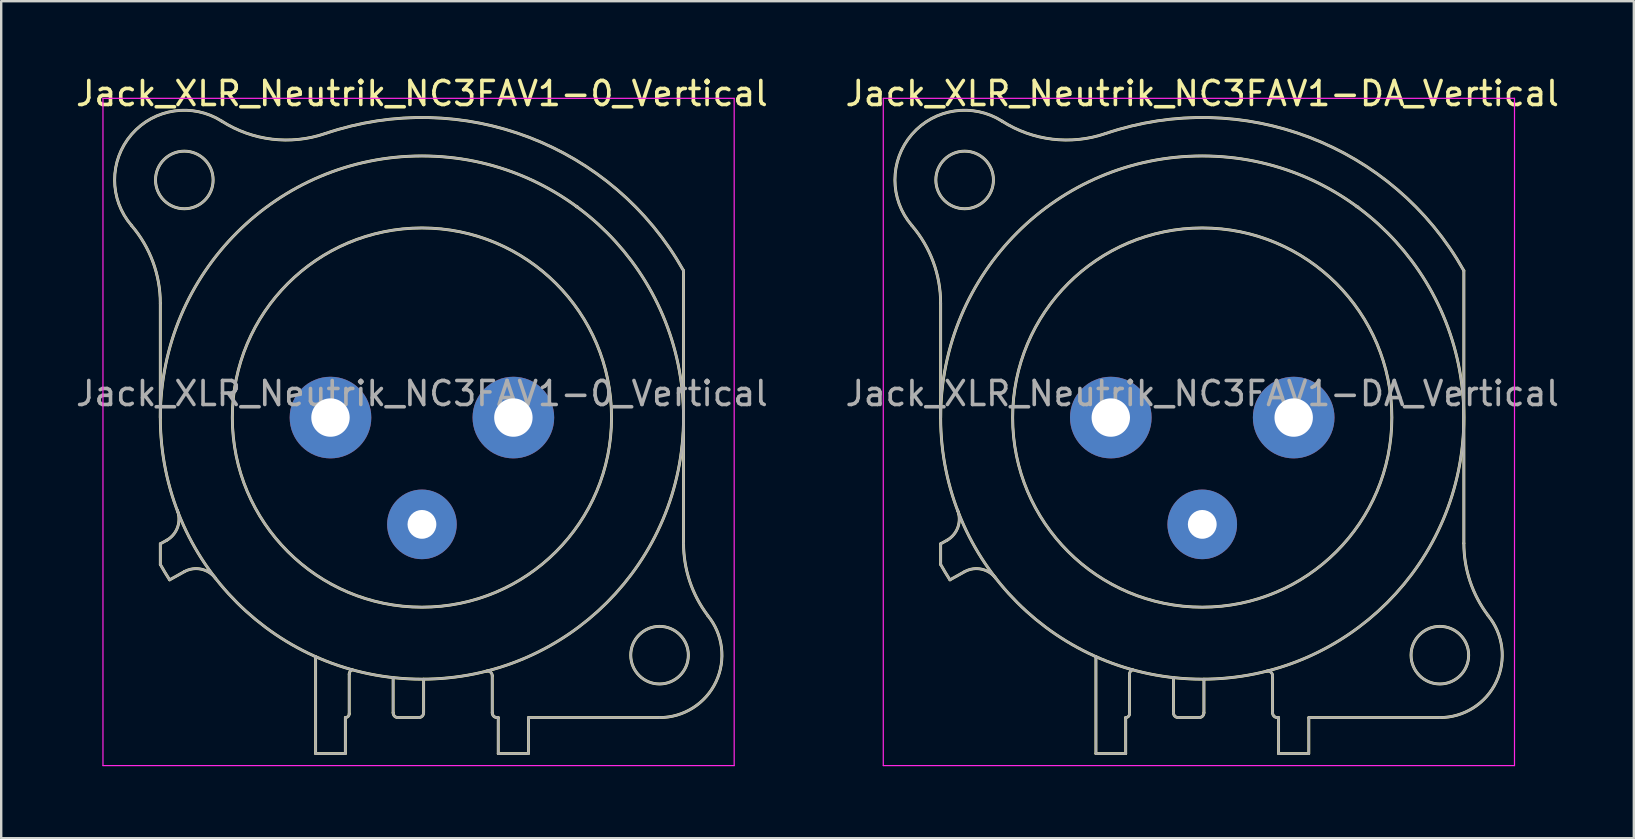
<source format=kicad_pcb>
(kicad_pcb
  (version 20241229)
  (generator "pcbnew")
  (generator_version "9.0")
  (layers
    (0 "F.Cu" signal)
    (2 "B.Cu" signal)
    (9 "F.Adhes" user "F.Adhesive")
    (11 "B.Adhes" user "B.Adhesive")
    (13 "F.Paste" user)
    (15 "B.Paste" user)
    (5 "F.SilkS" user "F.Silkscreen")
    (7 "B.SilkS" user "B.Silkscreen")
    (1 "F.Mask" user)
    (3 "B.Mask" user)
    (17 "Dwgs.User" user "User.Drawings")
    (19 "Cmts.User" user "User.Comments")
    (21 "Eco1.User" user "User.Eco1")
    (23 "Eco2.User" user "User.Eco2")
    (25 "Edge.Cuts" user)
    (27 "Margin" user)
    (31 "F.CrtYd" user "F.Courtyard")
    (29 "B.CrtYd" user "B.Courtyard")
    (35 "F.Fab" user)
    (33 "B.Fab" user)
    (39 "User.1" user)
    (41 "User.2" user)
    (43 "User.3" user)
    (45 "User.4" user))
  (footprint "Jack_XLR_Neutrik_NC3FAV1-DA_Vertical"
    (layer "F.Cu")
    (at 50.852 14.348)
    (property "Reference" "Jack_XLR_Neutrik_NC3FAV1-DA_Vertical" (at -3.81 -13.5 0) (layer "F.SilkS") (effects (font (size 1 1) (thickness 0.15))))
    (attr through_hole)
    (fp_line (start -14.71 0) (end -14.71 -4.76) (stroke (width 0.12) (type solid)) (layer "F.SilkS"))
    (fp_line (start -14.71 5.26) (end -14.71 6.12) (stroke (width 0.12) (type solid)) (layer "F.SilkS"))
    (fp_line (start -14.44 5.11) (end -14.71 5.26) (stroke (width 0.12) (type solid)) (layer "F.SilkS"))
    (fp_line (start -14.32 6.76) (end -13.71 6.42) (stroke (width 0.12) (type solid)) (layer "F.SilkS"))
    (fp_line (start -8.24 9.96) (end -8.24 14) (stroke (width 0.12) (type solid)) (layer "F.SilkS"))
    (fp_line (start -7 12.5) (end -7 14) (stroke (width 0.12) (type solid)) (layer "F.SilkS"))
    (fp_line (start -7 14) (end -8.24 14) (stroke (width 0.12) (type solid)) (layer "F.SilkS"))
    (fp_line (start -6.84 12.34) (end -6.84 10.69) (stroke (width 0.12) (type solid)) (layer "F.SilkS"))
    (fp_line (start -5.01 10.83) (end -5.01 12.3) (stroke (width 0.12) (type solid)) (layer "F.SilkS"))
    (fp_line (start -3.94 12.5) (end -4.81 12.5) (stroke (width 0.12) (type solid)) (layer "F.SilkS"))
    (fp_line (start -3.74 10.9) (end -3.74 12.3) (stroke (width 0.12) (type solid)) (layer "F.SilkS"))
    (fp_line (start -0.88 12.3) (end -0.88 10.76) (stroke (width 0.12) (type solid)) (layer "F.SilkS"))
    (fp_line (start -0.63 12.5) (end -0.68 12.5) (stroke (width 0.12) (type solid)) (layer "F.SilkS"))
    (fp_line (start -0.63 12.5) (end -0.63 14) (stroke (width 0.12) (type solid)) (layer "F.SilkS"))
    (fp_line (start 0.62 14) (end -0.63 14) (stroke (width 0.12) (type solid)) (layer "F.SilkS"))
    (fp_line (start 0.63 12.5) (end 6.09 12.5) (stroke (width 0.12) (type solid)) (layer "F.SilkS"))
    (fp_line (start 0.63 14) (end 0.63 12.5) (stroke (width 0.12) (type solid)) (layer "F.SilkS"))
    (fp_line (start 7.09 5.24) (end 7.09 -6.12) (stroke (width 0.12) (type solid)) (layer "F.SilkS"))
    (fp_arc (start -15.908829 -8.000856) (mid -15.019313 -6.48774) (end -14.71 -4.76) (stroke (width 0.12) (type solid)) (layer "F.SilkS"))
    (fp_arc (start -15.908236 -8.001617) (mid -15.907486 -11.799251) (end -12.15 -12.35) (stroke (width 0.12) (type solid)) (layer "F.SilkS"))
    (fp_arc (start -14.32314 6.763008) (mid -14.521396 6.444407) (end -14.71 6.12) (stroke (width 0.12) (type solid)) (layer "F.SilkS"))
    (fp_arc (start -14.004283 3.855674) (mid -13.989213 4.56375) (end -14.44 5.11) (stroke (width 0.12) (type solid)) (layer "F.SilkS"))
    (fp_arc (start -13.71 6.42) (mid -13.01025 6.315915) (end -12.412202 6.693832) (stroke (width 0.12) (type solid)) (layer "F.SilkS"))
    (fp_arc (start -7.848035 -11.831177) (mid -10.058192 -11.599923) (end -12.15 -12.35) (stroke (width 0.12) (type solid)) (layer "F.SilkS"))
    (fp_arc (start -7.841153 -11.83276) (mid 0.657009 -11.675197) (end 7.09 -6.12) (stroke (width 0.12) (type solid)) (layer "F.SilkS"))
    (fp_arc (start -6.84 10.69) (mid -6.803713 10.578321) (end -6.708713 10.509299) (stroke (width 0.12) (type solid)) (layer "F.SilkS"))
    (fp_arc (start -6.84 12.34) (mid -6.886863 12.453137) (end -7 12.5) (stroke (width 0.12) (type solid)) (layer "F.SilkS"))
    (fp_arc (start -4.81 12.5) (mid -4.951421 12.441421) (end -5.01 12.3) (stroke (width 0.12) (type solid)) (layer "F.SilkS"))
    (fp_arc (start -3.74 12.3) (mid -3.798579 12.441421) (end -3.94 12.5) (stroke (width 0.12) (type solid)) (layer "F.SilkS"))
    (fp_arc (start -1.1294 10.566197) (mid -0.957281 10.602076) (end -0.88 10.76) (stroke (width 0.12) (type solid)) (layer "F.SilkS"))
    (fp_arc (start -0.68 12.5) (mid -0.821421 12.441421) (end -0.88 12.3) (stroke (width 0.12) (type solid)) (layer "F.SilkS"))
    (fp_arc (start 2.636924 -8.782671) (mid 2.628394 -8.791269) (end 2.62 -8.8) (stroke (width 0.12) (type solid)) (layer "F.SilkS"))
    (fp_arc (start 2.680052 -8.767734) (mid 2.65973 -8.7835) (end 2.64 -8.8) (stroke (width 0.12) (type solid)) (layer "F.SilkS"))
    (fp_arc (start 8.095865 8.245761) (mid 8.441704 11.008824) (end 6.09 12.5) (stroke (width 0.12) (type solid)) (layer "F.SilkS"))
    (fp_arc (start 8.098032 8.243976) (mid 7.348729 6.824298) (end 7.09 5.24) (stroke (width 0.12) (type solid)) (layer "F.SilkS"))
    (fp_circle (center -13.71 -9.9) (end -12.51 -9.9) (stroke (width 0.12) (type solid)) (fill no) (layer "F.SilkS"))
    (fp_circle (center -3.81 0) (end 4.09 0) (stroke (width 0.12) (type solid)) (fill no) (layer "F.SilkS"))
    (fp_circle (center -3.81 0) (end 7.09 0) (stroke (width 0.12) (type solid)) (fill no) (layer "F.SilkS"))
    (fp_circle (center 6.09 9.9) (end 7.29 9.9) (stroke (width 0.12) (type solid)) (fill no) (layer "F.SilkS"))
    (fp_line (start -17.1 -13.3) (end 9.2 -13.3) (stroke (width 0.05) (type solid)) (layer "F.CrtYd"))
    (fp_line (start -17.1 14.5) (end -17.1 -13.3) (stroke (width 0.05) (type solid)) (layer "F.CrtYd"))
    (fp_line (start 9.2 -13.3) (end 9.2 14.5) (stroke (width 0.05) (type solid)) (layer "F.CrtYd"))
    (fp_line (start 9.2 14.5) (end -17.1 14.5) (stroke (width 0.05) (type solid)) (layer "F.CrtYd"))
    (fp_line (start -14.71 0) (end -14.71 -4.76) (stroke (width 0.1) (type solid)) (layer "F.Fab"))
    (fp_line (start -14.71 5.26) (end -14.71 6.12) (stroke (width 0.1) (type solid)) (layer "F.Fab"))
    (fp_line (start -14.44 5.11) (end -14.71 5.26) (stroke (width 0.1) (type solid)) (layer "F.Fab"))
    (fp_line (start -14.32 6.76) (end -13.71 6.42) (stroke (width 0.1) (type solid)) (layer "F.Fab"))
    (fp_line (start -8.24 9.96) (end -8.24 14) (stroke (width 0.1) (type solid)) (layer "F.Fab"))
    (fp_line (start -7 12.5) (end -7 14) (stroke (width 0.1) (type solid)) (layer "F.Fab"))
    (fp_line (start -7 14) (end -8.24 14) (stroke (width 0.1) (type solid)) (layer "F.Fab"))
    (fp_line (start -6.84 12.34) (end -6.84 10.69) (stroke (width 0.1) (type solid)) (layer "F.Fab"))
    (fp_line (start -5.01 10.83) (end -5.01 12.3) (stroke (width 0.1) (type solid)) (layer "F.Fab"))
    (fp_line (start -3.94 12.5) (end -4.81 12.5) (stroke (width 0.1) (type solid)) (layer "F.Fab"))
    (fp_line (start -3.74 10.9) (end -3.74 12.3) (stroke (width 0.1) (type solid)) (layer "F.Fab"))
    (fp_line (start -0.88 12.3) (end -0.88 10.76) (stroke (width 0.1) (type solid)) (layer "F.Fab"))
    (fp_line (start -0.63 12.5) (end -0.68 12.5) (stroke (width 0.1) (type solid)) (layer "F.Fab"))
    (fp_line (start -0.63 12.5) (end -0.63 14) (stroke (width 0.1) (type solid)) (layer "F.Fab"))
    (fp_line (start 0.62 14) (end -0.63 14) (stroke (width 0.1) (type solid)) (layer "F.Fab"))
    (fp_line (start 0.63 12.5) (end 6.09 12.5) (stroke (width 0.1) (type solid)) (layer "F.Fab"))
    (fp_line (start 0.63 14) (end 0.63 12.5) (stroke (width 0.1) (type solid)) (layer "F.Fab"))
    (fp_line (start 7.09 5.24) (end 7.09 -6.12) (stroke (width 0.1) (type solid)) (layer "F.Fab"))
    (fp_arc (start -15.908829 -8.000856) (mid -15.019313 -6.48774) (end -14.71 -4.76) (stroke (width 0.1) (type solid)) (layer "F.Fab"))
    (fp_arc (start -15.908236 -8.001617) (mid -15.907486 -11.799251) (end -12.15 -12.35) (stroke (width 0.1) (type solid)) (layer "F.Fab"))
    (fp_arc (start -14.32314 6.763008) (mid -14.521396 6.444407) (end -14.71 6.12) (stroke (width 0.1) (type solid)) (layer "F.Fab"))
    (fp_arc (start -14.004283 3.855674) (mid -13.989213 4.56375) (end -14.44 5.11) (stroke (width 0.1) (type solid)) (layer "F.Fab"))
    (fp_arc (start -13.71 6.42) (mid -13.01025 6.315915) (end -12.412202 6.693832) (stroke (width 0.1) (type solid)) (layer "F.Fab"))
    (fp_arc (start -7.848035 -11.831177) (mid -10.058192 -11.599923) (end -12.15 -12.35) (stroke (width 0.1) (type solid)) (layer "F.Fab"))
    (fp_arc (start -7.841153 -11.83276) (mid 0.657009 -11.675197) (end 7.09 -6.12) (stroke (width 0.1) (type solid)) (layer "F.Fab"))
    (fp_arc (start -6.84 10.69) (mid -6.803713 10.578321) (end -6.708713 10.509299) (stroke (width 0.1) (type solid)) (layer "F.Fab"))
    (fp_arc (start -6.84 12.34) (mid -6.886863 12.453137) (end -7 12.5) (stroke (width 0.1) (type solid)) (layer "F.Fab"))
    (fp_arc (start -4.81 12.5) (mid -4.951421 12.441421) (end -5.01 12.3) (stroke (width 0.1) (type solid)) (layer "F.Fab"))
    (fp_arc (start -3.74 12.3) (mid -3.798579 12.441421) (end -3.94 12.5) (stroke (width 0.1) (type solid)) (layer "F.Fab"))
    (fp_arc (start -1.1294 10.566197) (mid -0.957281 10.602076) (end -0.88 10.76) (stroke (width 0.1) (type solid)) (layer "F.Fab"))
    (fp_arc (start -0.68 12.5) (mid -0.821421 12.441421) (end -0.88 12.3) (stroke (width 0.1) (type solid)) (layer "F.Fab"))
    (fp_arc (start 2.636924 -8.782671) (mid 2.628394 -8.791269) (end 2.62 -8.8) (stroke (width 0.1) (type solid)) (layer "F.Fab"))
    (fp_arc (start 2.680052 -8.767734) (mid 2.65973 -8.7835) (end 2.64 -8.8) (stroke (width 0.1) (type solid)) (layer "F.Fab"))
    (fp_arc (start 8.095865 8.245761) (mid 8.441704 11.008824) (end 6.09 12.5) (stroke (width 0.1) (type solid)) (layer "F.Fab"))
    (fp_arc (start 8.098032 8.243976) (mid 7.348729 6.824298) (end 7.09 5.24) (stroke (width 0.1) (type solid)) (layer "F.Fab"))
    (fp_circle (center -13.71 -9.9) (end -12.51 -9.9) (stroke (width 0.1) (type solid)) (fill no) (layer "F.Fab"))
    (fp_circle (center -3.81 0) (end 4.09 0) (stroke (width 0.1) (type solid)) (fill no) (layer "F.Fab"))
    (fp_circle (center -3.81 0) (end 7.09 0) (stroke (width 0.1) (type solid)) (fill no) (layer "F.Fab"))
    (fp_circle (center 6.09 9.9) (end 7.29 9.9) (stroke (width 0.1) (type solid)) (fill no) (layer "F.Fab"))
    (fp_text user "${REFERENCE}" (at -3.81 -1 0) (layer "F.Fab") (effects (font (size 1 1) (thickness 0.15))))
    (pad "1" thru_hole circle (at 0 0) (size 3.4 3.4) (drill 1.6) (layers "*.Cu" "*.Mask"))
    (pad "2" thru_hole circle (at -7.62 0) (size 3.4 3.4) (drill 1.6) (layers "*.Cu" "*.Mask"))
    (pad "3" thru_hole circle (at -3.81 4.45) (size 2.9 2.9) (drill 1.2) (layers "*.Cu" "*.Mask")))
  (footprint "Jack_XLR_Neutrik_NC3FAV1-0_Vertical"
    (layer "F.Cu")
    (at 18.34 14.348)
    (property "Reference" "Jack_XLR_Neutrik_NC3FAV1-0_Vertical" (at -3.81 -13.5 0) (layer "F.SilkS") (effects (font (size 1 1) (thickness 0.15))))
    (attr through_hole)
    (fp_line (start -14.71 0) (end -14.71 -4.76) (stroke (width 0.12) (type solid)) (layer "F.SilkS"))
    (fp_line (start -14.71 5.26) (end -14.71 6.12) (stroke (width 0.12) (type solid)) (layer "F.SilkS"))
    (fp_line (start -14.44 5.11) (end -14.71 5.26) (stroke (width 0.12) (type solid)) (layer "F.SilkS"))
    (fp_line (start -14.32 6.76) (end -13.71 6.42) (stroke (width 0.12) (type solid)) (layer "F.SilkS"))
    (fp_line (start -8.24 9.96) (end -8.24 14) (stroke (width 0.12) (type solid)) (layer "F.SilkS"))
    (fp_line (start -7 12.5) (end -7 14) (stroke (width 0.12) (type solid)) (layer "F.SilkS"))
    (fp_line (start -7 14) (end -8.24 14) (stroke (width 0.12) (type solid)) (layer "F.SilkS"))
    (fp_line (start -6.84 12.34) (end -6.84 10.69) (stroke (width 0.12) (type solid)) (layer "F.SilkS"))
    (fp_line (start -5.01 10.83) (end -5.01 12.3) (stroke (width 0.12) (type solid)) (layer "F.SilkS"))
    (fp_line (start -3.94 12.5) (end -4.81 12.5) (stroke (width 0.12) (type solid)) (layer "F.SilkS"))
    (fp_line (start -3.74 10.9) (end -3.74 12.3) (stroke (width 0.12) (type solid)) (layer "F.SilkS"))
    (fp_line (start -0.88 12.3) (end -0.88 10.76) (stroke (width 0.12) (type solid)) (layer "F.SilkS"))
    (fp_line (start -0.63 12.5) (end -0.68 12.5) (stroke (width 0.12) (type solid)) (layer "F.SilkS"))
    (fp_line (start -0.63 12.5) (end -0.63 14) (stroke (width 0.12) (type solid)) (layer "F.SilkS"))
    (fp_line (start 0.62 14) (end -0.63 14) (stroke (width 0.12) (type solid)) (layer "F.SilkS"))
    (fp_line (start 0.63 12.5) (end 6.09 12.5) (stroke (width 0.12) (type solid)) (layer "F.SilkS"))
    (fp_line (start 0.63 14) (end 0.63 12.5) (stroke (width 0.12) (type solid)) (layer "F.SilkS"))
    (fp_line (start 7.09 5.24) (end 7.09 -6.12) (stroke (width 0.12) (type solid)) (layer "F.SilkS"))
    (fp_arc (start -15.908829 -8.000856) (mid -15.019313 -6.48774) (end -14.71 -4.76) (stroke (width 0.12) (type solid)) (layer "F.SilkS"))
    (fp_arc (start -15.908236 -8.001617) (mid -15.907486 -11.799251) (end -12.15 -12.35) (stroke (width 0.12) (type solid)) (layer "F.SilkS"))
    (fp_arc (start -14.32314 6.763008) (mid -14.521396 6.444407) (end -14.71 6.12) (stroke (width 0.12) (type solid)) (layer "F.SilkS"))
    (fp_arc (start -14.004283 3.855674) (mid -13.989213 4.56375) (end -14.44 5.11) (stroke (width 0.12) (type solid)) (layer "F.SilkS"))
    (fp_arc (start -13.71 6.42) (mid -13.01025 6.315915) (end -12.412202 6.693832) (stroke (width 0.12) (type solid)) (layer "F.SilkS"))
    (fp_arc (start -7.848035 -11.831177) (mid -10.058192 -11.599923) (end -12.15 -12.35) (stroke (width 0.12) (type solid)) (layer "F.SilkS"))
    (fp_arc (start -7.841153 -11.83276) (mid 0.657009 -11.675197) (end 7.09 -6.12) (stroke (width 0.12) (type solid)) (layer "F.SilkS"))
    (fp_arc (start -6.84 10.69) (mid -6.803713 10.578321) (end -6.708713 10.509299) (stroke (width 0.12) (type solid)) (layer "F.SilkS"))
    (fp_arc (start -6.84 12.34) (mid -6.886863 12.453137) (end -7 12.5) (stroke (width 0.12) (type solid)) (layer "F.SilkS"))
    (fp_arc (start -4.81 12.5) (mid -4.951421 12.441421) (end -5.01 12.3) (stroke (width 0.12) (type solid)) (layer "F.SilkS"))
    (fp_arc (start -3.74 12.3) (mid -3.798579 12.441421) (end -3.94 12.5) (stroke (width 0.12) (type solid)) (layer "F.SilkS"))
    (fp_arc (start -1.1294 10.566197) (mid -0.957281 10.602076) (end -0.88 10.76) (stroke (width 0.12) (type solid)) (layer "F.SilkS"))
    (fp_arc (start -0.68 12.5) (mid -0.821421 12.441421) (end -0.88 12.3) (stroke (width 0.12) (type solid)) (layer "F.SilkS"))
    (fp_arc (start 2.636924 -8.782671) (mid 2.628394 -8.791269) (end 2.62 -8.8) (stroke (width 0.12) (type solid)) (layer "F.SilkS"))
    (fp_arc (start 2.680052 -8.767734) (mid 2.65973 -8.7835) (end 2.64 -8.8) (stroke (width 0.12) (type solid)) (layer "F.SilkS"))
    (fp_arc (start 8.095865 8.245761) (mid 8.441704 11.008824) (end 6.09 12.5) (stroke (width 0.12) (type solid)) (layer "F.SilkS"))
    (fp_arc (start 8.098032 8.243976) (mid 7.348729 6.824298) (end 7.09 5.24) (stroke (width 0.12) (type solid)) (layer "F.SilkS"))
    (fp_circle (center -13.71 -9.9) (end -12.51 -9.9) (stroke (width 0.12) (type solid)) (fill no) (layer "F.SilkS"))
    (fp_circle (center -3.81 0) (end 4.09 0) (stroke (width 0.12) (type solid)) (fill no) (layer "F.SilkS"))
    (fp_circle (center -3.81 0) (end 7.09 0) (stroke (width 0.12) (type solid)) (fill no) (layer "F.SilkS"))
    (fp_circle (center 6.09 9.9) (end 7.29 9.9) (stroke (width 0.12) (type solid)) (fill no) (layer "F.SilkS"))
    (fp_line (start -17.1 -13.3) (end 9.2 -13.3) (stroke (width 0.05) (type solid)) (layer "F.CrtYd"))
    (fp_line (start -17.1 14.5) (end -17.1 -13.3) (stroke (width 0.05) (type solid)) (layer "F.CrtYd"))
    (fp_line (start 9.2 -13.3) (end 9.2 14.5) (stroke (width 0.05) (type solid)) (layer "F.CrtYd"))
    (fp_line (start 9.2 14.5) (end -17.1 14.5) (stroke (width 0.05) (type solid)) (layer "F.CrtYd"))
    (fp_line (start -14.71 0) (end -14.71 -4.76) (stroke (width 0.1) (type solid)) (layer "F.Fab"))
    (fp_line (start -14.71 5.26) (end -14.71 6.12) (stroke (width 0.1) (type solid)) (layer "F.Fab"))
    (fp_line (start -14.44 5.11) (end -14.71 5.26) (stroke (width 0.1) (type solid)) (layer "F.Fab"))
    (fp_line (start -14.32 6.76) (end -13.71 6.42) (stroke (width 0.1) (type solid)) (layer "F.Fab"))
    (fp_line (start -8.24 9.96) (end -8.24 14) (stroke (width 0.1) (type solid)) (layer "F.Fab"))
    (fp_line (start -7 12.5) (end -7 14) (stroke (width 0.1) (type solid)) (layer "F.Fab"))
    (fp_line (start -7 14) (end -8.24 14) (stroke (width 0.1) (type solid)) (layer "F.Fab"))
    (fp_line (start -6.84 12.34) (end -6.84 10.69) (stroke (width 0.1) (type solid)) (layer "F.Fab"))
    (fp_line (start -5.01 10.83) (end -5.01 12.3) (stroke (width 0.1) (type solid)) (layer "F.Fab"))
    (fp_line (start -3.94 12.5) (end -4.81 12.5) (stroke (width 0.1) (type solid)) (layer "F.Fab"))
    (fp_line (start -3.74 10.9) (end -3.74 12.3) (stroke (width 0.1) (type solid)) (layer "F.Fab"))
    (fp_line (start -0.88 12.3) (end -0.88 10.76) (stroke (width 0.1) (type solid)) (layer "F.Fab"))
    (fp_line (start -0.63 12.5) (end -0.68 12.5) (stroke (width 0.1) (type solid)) (layer "F.Fab"))
    (fp_line (start -0.63 12.5) (end -0.63 14) (stroke (width 0.1) (type solid)) (layer "F.Fab"))
    (fp_line (start 0.62 14) (end -0.63 14) (stroke (width 0.1) (type solid)) (layer "F.Fab"))
    (fp_line (start 0.63 12.5) (end 6.09 12.5) (stroke (width 0.1) (type solid)) (layer "F.Fab"))
    (fp_line (start 0.63 14) (end 0.63 12.5) (stroke (width 0.1) (type solid)) (layer "F.Fab"))
    (fp_line (start 7.09 5.24) (end 7.09 -6.12) (stroke (width 0.1) (type solid)) (layer "F.Fab"))
    (fp_arc (start -15.908829 -8.000856) (mid -15.019313 -6.48774) (end -14.71 -4.76) (stroke (width 0.1) (type solid)) (layer "F.Fab"))
    (fp_arc (start -15.908236 -8.001617) (mid -15.907486 -11.799251) (end -12.15 -12.35) (stroke (width 0.1) (type solid)) (layer "F.Fab"))
    (fp_arc (start -14.32314 6.763008) (mid -14.521396 6.444407) (end -14.71 6.12) (stroke (width 0.1) (type solid)) (layer "F.Fab"))
    (fp_arc (start -14.004283 3.855674) (mid -13.989213 4.56375) (end -14.44 5.11) (stroke (width 0.1) (type solid)) (layer "F.Fab"))
    (fp_arc (start -13.71 6.42) (mid -13.01025 6.315915) (end -12.412202 6.693832) (stroke (width 0.1) (type solid)) (layer "F.Fab"))
    (fp_arc (start -7.848035 -11.831177) (mid -10.058192 -11.599923) (end -12.15 -12.35) (stroke (width 0.1) (type solid)) (layer "F.Fab"))
    (fp_arc (start -7.841153 -11.83276) (mid 0.657009 -11.675197) (end 7.09 -6.12) (stroke (width 0.1) (type solid)) (layer "F.Fab"))
    (fp_arc (start -6.84 10.69) (mid -6.803713 10.578321) (end -6.708713 10.509299) (stroke (width 0.1) (type solid)) (layer "F.Fab"))
    (fp_arc (start -6.84 12.34) (mid -6.886863 12.453137) (end -7 12.5) (stroke (width 0.1) (type solid)) (layer "F.Fab"))
    (fp_arc (start -4.81 12.5) (mid -4.951421 12.441421) (end -5.01 12.3) (stroke (width 0.1) (type solid)) (layer "F.Fab"))
    (fp_arc (start -3.74 12.3) (mid -3.798579 12.441421) (end -3.94 12.5) (stroke (width 0.1) (type solid)) (layer "F.Fab"))
    (fp_arc (start -1.1294 10.566197) (mid -0.957281 10.602076) (end -0.88 10.76) (stroke (width 0.1) (type solid)) (layer "F.Fab"))
    (fp_arc (start -0.68 12.5) (mid -0.821421 12.441421) (end -0.88 12.3) (stroke (width 0.1) (type solid)) (layer "F.Fab"))
    (fp_arc (start 2.636924 -8.782671) (mid 2.628394 -8.791269) (end 2.62 -8.8) (stroke (width 0.1) (type solid)) (layer "F.Fab"))
    (fp_arc (start 2.680052 -8.767734) (mid 2.65973 -8.7835) (end 2.64 -8.8) (stroke (width 0.1) (type solid)) (layer "F.Fab"))
    (fp_arc (start 8.095865 8.245761) (mid 8.441704 11.008824) (end 6.09 12.5) (stroke (width 0.1) (type solid)) (layer "F.Fab"))
    (fp_arc (start 8.098032 8.243976) (mid 7.348729 6.824298) (end 7.09 5.24) (stroke (width 0.1) (type solid)) (layer "F.Fab"))
    (fp_circle (center -13.71 -9.9) (end -12.51 -9.9) (stroke (width 0.1) (type solid)) (fill no) (layer "F.Fab"))
    (fp_circle (center -3.81 0) (end 4.09 0) (stroke (width 0.1) (type solid)) (fill no) (layer "F.Fab"))
    (fp_circle (center -3.81 0) (end 7.09 0) (stroke (width 0.1) (type solid)) (fill no) (layer "F.Fab"))
    (fp_circle (center 6.09 9.9) (end 7.29 9.9) (stroke (width 0.1) (type solid)) (fill no) (layer "F.Fab"))
    (fp_text user "${REFERENCE}" (at -3.81 -1 0) (layer "F.Fab") (effects (font (size 1 1) (thickness 0.15))))
    (pad "1" thru_hole circle (at 0 0) (size 3.4 3.4) (drill 1.6) (layers "*.Cu" "*.Mask"))
    (pad "2" thru_hole circle (at -7.62 0) (size 3.4 3.4) (drill 1.6) (layers "*.Cu" "*.Mask"))
    (pad "3" thru_hole circle (at -3.81 4.45) (size 2.9 2.9) (drill 1.2) (layers "*.Cu" "*.Mask")))
  (gr_rect
    (start -3 -3)
    (end 65.024 31.873)
    (stroke (width 0.1) (type default))
    (fill no)
    (layer "Edge.Cuts")))
</source>
